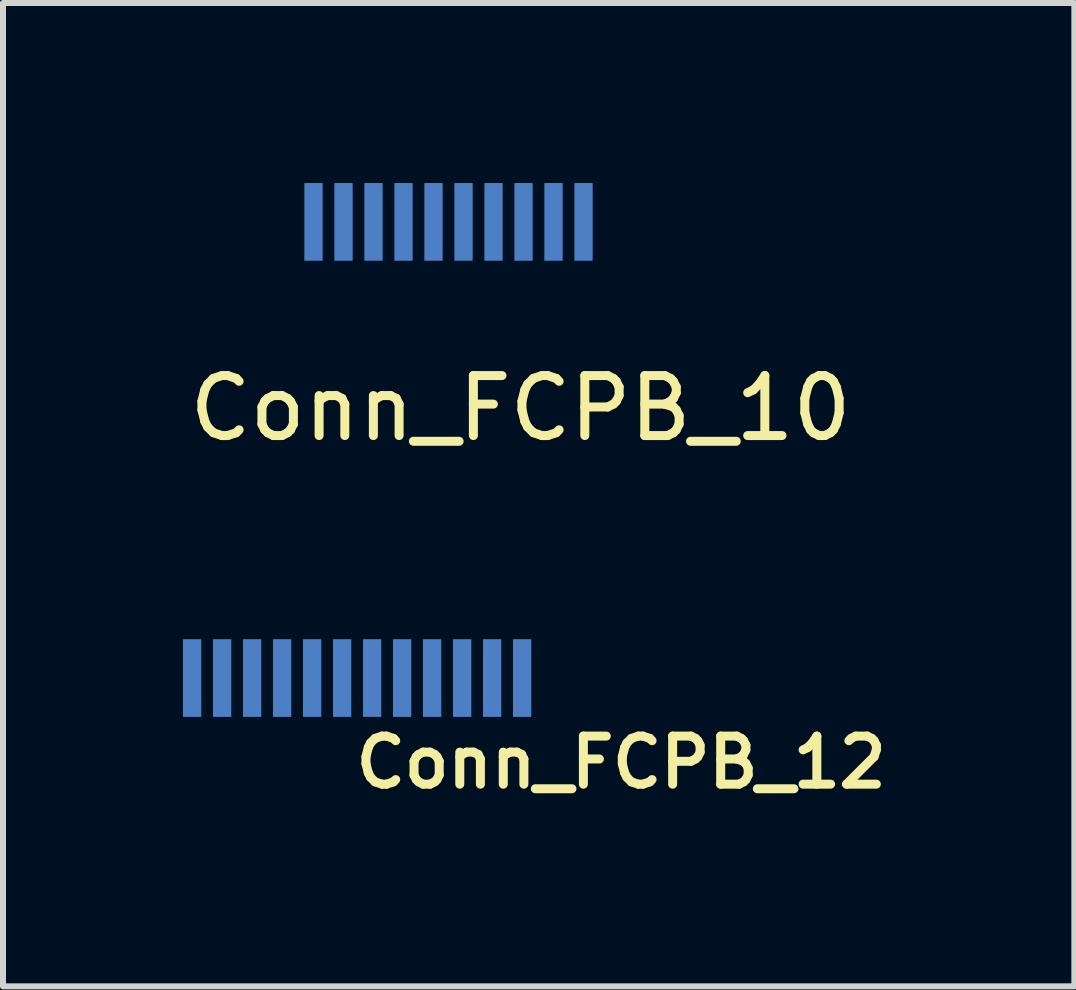
<source format=kicad_pcb>
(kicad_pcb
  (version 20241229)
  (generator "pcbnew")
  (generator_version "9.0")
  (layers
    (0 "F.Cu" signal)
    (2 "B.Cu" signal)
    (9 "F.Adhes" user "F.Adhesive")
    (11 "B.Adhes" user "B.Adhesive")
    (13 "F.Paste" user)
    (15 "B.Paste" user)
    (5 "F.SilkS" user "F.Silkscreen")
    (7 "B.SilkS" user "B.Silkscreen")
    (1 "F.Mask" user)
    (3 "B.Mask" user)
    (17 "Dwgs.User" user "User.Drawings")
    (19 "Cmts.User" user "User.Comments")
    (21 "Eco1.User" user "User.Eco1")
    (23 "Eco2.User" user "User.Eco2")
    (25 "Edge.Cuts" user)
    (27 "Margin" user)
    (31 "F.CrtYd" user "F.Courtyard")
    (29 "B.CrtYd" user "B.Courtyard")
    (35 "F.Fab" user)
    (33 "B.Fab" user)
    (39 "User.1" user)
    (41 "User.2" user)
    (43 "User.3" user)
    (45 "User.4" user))
  (footprint "Conn_FCPB_12"
    (layer "F.Cu")
    (at 2.902 8.956)
    (property "Reference" "Conn_FCPB_12" (at 4.4 0.7 0) (layer "F.SilkS") (effects (font (size 0.801 0.801) (thickness 0.15))))
    (attr through_hole)
    (pad "1" smd rect (at -2.75 -0.706) (size 0.305 1.295) (layers "B.Cu" "B.Mask" "B.Paste"))
    (pad "2" smd rect (at -2.25 -0.706) (size 0.305 1.295) (layers "B.Cu" "B.Mask" "B.Paste"))
    (pad "3" smd rect (at -1.75 -0.706) (size 0.305 1.295) (layers "B.Cu" "B.Mask" "B.Paste"))
    (pad "4" smd rect (at -1.25 -0.706) (size 0.305 1.295) (layers "B.Cu" "B.Mask" "B.Paste"))
    (pad "5" smd rect (at -0.75 -0.706) (size 0.305 1.295) (layers "B.Cu" "B.Mask" "B.Paste"))
    (pad "6" smd rect (at -0.25 -0.706) (size 0.305 1.295) (layers "B.Cu" "B.Mask" "B.Paste"))
    (pad "7" smd rect (at 0.25 -0.706) (size 0.305 1.295) (layers "B.Cu" "B.Mask" "B.Paste"))
    (pad "8" smd rect (at 0.75 -0.706) (size 0.305 1.295) (layers "B.Cu" "B.Mask" "B.Paste"))
    (pad "9" smd rect (at 1.25 -0.706) (size 0.305 1.295) (layers "B.Cu" "B.Mask" "B.Paste"))
    (pad "10" smd rect (at 1.75 -0.706) (size 0.305 1.295) (layers "B.Cu" "B.Mask" "B.Paste"))
    (pad "11" smd rect (at 2.25 -0.706) (size 0.305 1.295) (layers "B.Cu" "B.Mask" "B.Paste"))
    (pad "12" smd rect (at 2.75 -0.706) (size 0.305 1.295) (layers "B.Cu" "B.Mask" "B.Paste")))
  (footprint "Conn_FCPB_10"
    (layer "F.Cu")
    (at 4.425 1.354)
    (property "Reference" "Conn_FCPB_10" (at 1.2 2.4 0) (layer "F.SilkS") (effects (font (size 1 1) (thickness 0.15))))
    (attr through_hole)
    (pad "1" smd rect (at -2.25 -0.706) (size 0.305 1.295) (layers "B.Cu" "B.Mask" "B.Paste"))
    (pad "2" smd rect (at -1.75 -0.706) (size 0.305 1.295) (layers "B.Cu" "B.Mask" "B.Paste"))
    (pad "3" smd rect (at -1.25 -0.706) (size 0.305 1.295) (layers "B.Cu" "B.Mask" "B.Paste"))
    (pad "4" smd rect (at -0.75 -0.706) (size 0.305 1.295) (layers "B.Cu" "B.Mask" "B.Paste"))
    (pad "5" smd rect (at -0.25 -0.706) (size 0.305 1.295) (layers "B.Cu" "B.Mask" "B.Paste"))
    (pad "6" smd rect (at 0.25 -0.706) (size 0.305 1.295) (layers "B.Cu" "B.Mask" "B.Paste"))
    (pad "7" smd rect (at 0.75 -0.706) (size 0.305 1.295) (layers "B.Cu" "B.Mask" "B.Paste"))
    (pad "8" smd rect (at 1.25 -0.706) (size 0.305 1.295) (layers "B.Cu" "B.Mask" "B.Paste"))
    (pad "9" smd rect (at 1.75 -0.706) (size 0.305 1.295) (layers "B.Cu" "B.Mask" "B.Paste"))
    (pad "10" smd rect (at 2.25 -0.706) (size 0.305 1.295) (layers "B.Cu" "B.Mask" "B.Paste")))
  (gr_rect
    (start -3 -3)
    (end 14.855 13.388)
    (stroke (width 0.1) (type default))
    (fill no)
    (layer "Edge.Cuts")))
</source>
